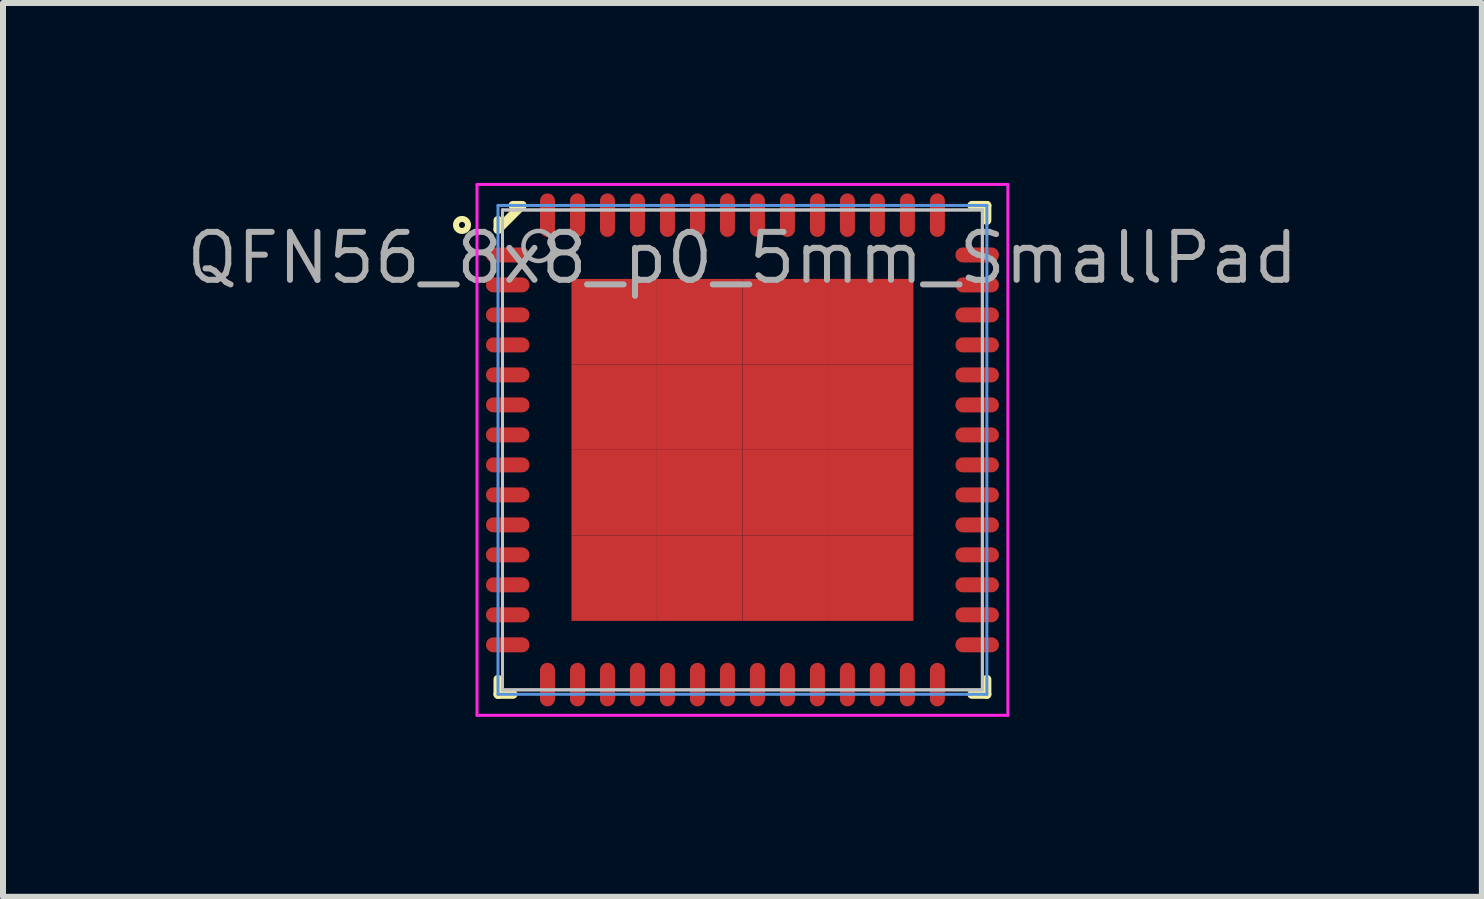
<source format=kicad_pcb>
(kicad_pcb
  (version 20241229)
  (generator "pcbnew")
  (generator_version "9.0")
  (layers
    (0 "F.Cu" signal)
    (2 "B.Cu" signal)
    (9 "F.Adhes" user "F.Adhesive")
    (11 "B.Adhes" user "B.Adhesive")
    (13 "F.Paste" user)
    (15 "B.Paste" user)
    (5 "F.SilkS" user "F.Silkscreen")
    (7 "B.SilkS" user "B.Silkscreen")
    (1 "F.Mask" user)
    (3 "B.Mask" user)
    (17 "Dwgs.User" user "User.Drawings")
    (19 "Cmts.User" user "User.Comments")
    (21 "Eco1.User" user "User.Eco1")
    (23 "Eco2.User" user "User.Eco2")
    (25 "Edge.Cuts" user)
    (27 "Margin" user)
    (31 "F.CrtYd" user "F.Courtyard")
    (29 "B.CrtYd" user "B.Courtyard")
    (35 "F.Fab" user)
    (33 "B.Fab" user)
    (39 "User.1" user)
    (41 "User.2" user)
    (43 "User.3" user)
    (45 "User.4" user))
  (footprint "QFN56_8x8_p0_5mm_SmallPad"
    (layer "F.Cu")
    (at 9.327 4.45)
    (property "Reference" "QFN56_8x8_p0_5mm_SmallPad" (at 0 -3.2 0) (layer "F.Fab") (effects (font (size 0.8 0.8) (thickness 0.1))))
    (attr through_hole)
    (fp_line (start -4.075 -3.675) (end -4.075 -3.825) (stroke (width 0.15) (type solid)) (layer "F.SilkS"))
    (fp_line (start -4.075 -3.675) (end -3.675 -4.075) (stroke (width 0.15) (type solid)) (layer "F.SilkS"))
    (fp_line (start -4.075 4.075) (end -4.075 3.825) (stroke (width 0.15) (type solid)) (layer "F.SilkS"))
    (fp_line (start -4.075 4.075) (end -3.825 4.075) (stroke (width 0.15) (type solid)) (layer "F.SilkS"))
    (fp_line (start -3.825 -4.075) (end -3.675 -4.075) (stroke (width 0.15) (type solid)) (layer "F.SilkS"))
    (fp_line (start 4.075 -4.075) (end 3.825 -4.075) (stroke (width 0.15) (type solid)) (layer "F.SilkS"))
    (fp_line (start 4.075 -4.075) (end 4.075 -3.825) (stroke (width 0.15) (type solid)) (layer "F.SilkS"))
    (fp_line (start 4.075 4.075) (end 3.825 4.075) (stroke (width 0.15) (type solid)) (layer "F.SilkS"))
    (fp_line (start 4.075 4.075) (end 4.075 3.825) (stroke (width 0.15) (type solid)) (layer "F.SilkS"))
    (fp_circle (center -4.675 -3.75) (end -4.604 -3.679) (stroke (width 0.1) (type solid)) (fill no) (layer "F.SilkS"))
    (fp_line (start -4 -4) (end -4 4) (stroke (width 0.05) (type solid)) (layer "Dwgs.User"))
    (fp_line (start -4 -4) (end 4 -4) (stroke (width 0.05) (type solid)) (layer "Dwgs.User"))
    (fp_line (start -4 4) (end 4 4) (stroke (width 0.05) (type solid)) (layer "Dwgs.User"))
    (fp_line (start 4 -4) (end 4 4) (stroke (width 0.05) (type solid)) (layer "Dwgs.User"))
    (fp_line (start -4.075 -4.075) (end -4.075 4.075) (stroke (width 0.05) (type solid)) (layer "Cmts.User"))
    (fp_line (start -4.075 -4.075) (end 4.075 -4.075) (stroke (width 0.05) (type solid)) (layer "Cmts.User"))
    (fp_line (start -4.075 4.075) (end 4.075 4.075) (stroke (width 0.05) (type solid)) (layer "Cmts.User"))
    (fp_line (start 4.075 -4.075) (end 4.075 4.075) (stroke (width 0.05) (type solid)) (layer "Cmts.User"))
    (fp_line (start -3.925 -3.925) (end -3.925 3.925) (stroke (width 0.05) (type solid)) (layer "Eco1.User"))
    (fp_line (start -3.925 -3.925) (end 3.925 -3.925) (stroke (width 0.05) (type solid)) (layer "Eco1.User"))
    (fp_line (start -3.925 3.925) (end 3.925 3.925) (stroke (width 0.05) (type solid)) (layer "Eco1.User"))
    (fp_line (start 3.925 -3.925) (end 3.925 3.925) (stroke (width 0.05) (type solid)) (layer "Eco1.User"))
    (fp_line (start -4.425 -4.425) (end -4.425 4.425) (stroke (width 0.05) (type solid)) (layer "F.CrtYd"))
    (fp_line (start -4.425 -4.425) (end 4.425 -4.425) (stroke (width 0.05) (type solid)) (layer "F.CrtYd"))
    (fp_line (start -4.425 4.425) (end 4.425 4.425) (stroke (width 0.05) (type solid)) (layer "F.CrtYd"))
    (fp_line (start 4.425 -4.425) (end 4.425 4.425) (stroke (width 0.05) (type solid)) (layer "F.CrtYd"))
    (fp_line (start -4 -4) (end -4 4) (stroke (width 0.05) (type solid)) (layer "F.Fab"))
    (fp_line (start -4 -4) (end 4 -4) (stroke (width 0.05) (type solid)) (layer "F.Fab"))
    (fp_line (start -4 4) (end 4 4) (stroke (width 0.05) (type solid)) (layer "F.Fab"))
    (fp_line (start 4 -4) (end 4 4) (stroke (width 0.05) (type solid)) (layer "F.Fab"))
    (fp_circle (center -3.4 -3.4) (end -3.223 -3.223) (stroke (width 0.075) (type solid)) (fill no) (layer "F.Fab"))
    (pad "1" smd oval (at -3.913 -3.25 180) (size 0.725 0.25) (layers "F.Cu" "F.Mask" "F.Paste"))
    (pad "2" smd oval (at -3.913 -2.75 180) (size 0.725 0.25) (layers "F.Cu" "F.Mask" "F.Paste"))
    (pad "3" smd oval (at -3.913 -2.25 180) (size 0.725 0.25) (layers "F.Cu" "F.Mask" "F.Paste"))
    (pad "4" smd oval (at -3.913 -1.75 180) (size 0.725 0.25) (layers "F.Cu" "F.Mask" "F.Paste"))
    (pad "5" smd oval (at -3.913 -1.25 180) (size 0.725 0.25) (layers "F.Cu" "F.Mask" "F.Paste"))
    (pad "6" smd oval (at -3.913 -0.75 180) (size 0.725 0.25) (layers "F.Cu" "F.Mask" "F.Paste"))
    (pad "7" smd oval (at -3.913 -0.25 180) (size 0.725 0.25) (layers "F.Cu" "F.Mask" "F.Paste"))
    (pad "8" smd oval (at -3.913 0.25 180) (size 0.725 0.25) (layers "F.Cu" "F.Mask" "F.Paste"))
    (pad "9" smd oval (at -3.913 0.75 180) (size 0.725 0.25) (layers "F.Cu" "F.Mask" "F.Paste"))
    (pad "10" smd oval (at -3.913 1.25 180) (size 0.725 0.25) (layers "F.Cu" "F.Mask" "F.Paste"))
    (pad "11" smd oval (at -3.913 1.75 180) (size 0.725 0.25) (layers "F.Cu" "F.Mask" "F.Paste"))
    (pad "12" smd oval (at -3.913 2.25 180) (size 0.725 0.25) (layers "F.Cu" "F.Mask" "F.Paste"))
    (pad "13" smd oval (at -3.913 2.75 180) (size 0.725 0.25) (layers "F.Cu" "F.Mask" "F.Paste"))
    (pad "14" smd oval (at -3.913 3.25 180) (size 0.725 0.25) (layers "F.Cu" "F.Mask" "F.Paste"))
    (pad "15" smd oval (at -3.25 3.913 270) (size 0.725 0.25) (layers "F.Cu" "F.Mask" "F.Paste"))
    (pad "16" smd oval (at -2.75 3.913 270) (size 0.725 0.25) (layers "F.Cu" "F.Mask" "F.Paste"))
    (pad "17" smd oval (at -2.25 3.913 270) (size 0.725 0.25) (layers "F.Cu" "F.Mask" "F.Paste"))
    (pad "18" smd oval (at -1.75 3.913 270) (size 0.725 0.25) (layers "F.Cu" "F.Mask" "F.Paste"))
    (pad "19" smd oval (at -1.25 3.913 270) (size 0.725 0.25) (layers "F.Cu" "F.Mask" "F.Paste"))
    (pad "20" smd oval (at -0.75 3.913 270) (size 0.725 0.25) (layers "F.Cu" "F.Mask" "F.Paste"))
    (pad "21" smd oval (at -0.25 3.913 270) (size 0.725 0.25) (layers "F.Cu" "F.Mask" "F.Paste"))
    (pad "22" smd oval (at 0.25 3.913 270) (size 0.725 0.25) (layers "F.Cu" "F.Mask" "F.Paste"))
    (pad "23" smd oval (at 0.75 3.913 270) (size 0.725 0.25) (layers "F.Cu" "F.Mask" "F.Paste"))
    (pad "24" smd oval (at 1.25 3.913 270) (size 0.725 0.25) (layers "F.Cu" "F.Mask" "F.Paste"))
    (pad "25" smd oval (at 1.75 3.913 270) (size 0.725 0.25) (layers "F.Cu" "F.Mask" "F.Paste"))
    (pad "26" smd oval (at 2.25 3.913 270) (size 0.725 0.25) (layers "F.Cu" "F.Mask" "F.Paste"))
    (pad "27" smd oval (at 2.75 3.913 270) (size 0.725 0.25) (layers "F.Cu" "F.Mask" "F.Paste"))
    (pad "28" smd oval (at 3.25 3.913 270) (size 0.725 0.25) (layers "F.Cu" "F.Mask" "F.Paste"))
    (pad "29" smd oval (at 3.913 3.25) (size 0.725 0.25) (layers "F.Cu" "F.Mask" "F.Paste"))
    (pad "30" smd oval (at 3.913 2.75) (size 0.725 0.25) (layers "F.Cu" "F.Mask" "F.Paste"))
    (pad "31" smd oval (at 3.913 2.25) (size 0.725 0.25) (layers "F.Cu" "F.Mask" "F.Paste"))
    (pad "32" smd oval (at 3.913 1.75) (size 0.725 0.25) (layers "F.Cu" "F.Mask" "F.Paste"))
    (pad "33" smd oval (at 3.913 1.25) (size 0.725 0.25) (layers "F.Cu" "F.Mask" "F.Paste"))
    (pad "34" smd oval (at 3.913 0.75) (size 0.725 0.25) (layers "F.Cu" "F.Mask" "F.Paste"))
    (pad "35" smd oval (at 3.913 0.25) (size 0.725 0.25) (layers "F.Cu" "F.Mask" "F.Paste"))
    (pad "36" smd oval (at 3.913 -0.25) (size 0.725 0.25) (layers "F.Cu" "F.Mask" "F.Paste"))
    (pad "37" smd oval (at 3.913 -0.75) (size 0.725 0.25) (layers "F.Cu" "F.Mask" "F.Paste"))
    (pad "38" smd oval (at 3.913 -1.25) (size 0.725 0.25) (layers "F.Cu" "F.Mask" "F.Paste"))
    (pad "39" smd oval (at 3.913 -1.75) (size 0.725 0.25) (layers "F.Cu" "F.Mask" "F.Paste"))
    (pad "40" smd oval (at 3.913 -2.25) (size 0.725 0.25) (layers "F.Cu" "F.Mask" "F.Paste"))
    (pad "41" smd oval (at 3.913 -2.75) (size 0.725 0.25) (layers "F.Cu" "F.Mask" "F.Paste"))
    (pad "42" smd oval (at 3.913 -3.25) (size 0.725 0.25) (layers "F.Cu" "F.Mask" "F.Paste"))
    (pad "43" smd oval (at 3.25 -3.913 90) (size 0.725 0.25) (layers "F.Cu" "F.Mask" "F.Paste"))
    (pad "44" smd oval (at 2.75 -3.913 90) (size 0.725 0.25) (layers "F.Cu" "F.Mask" "F.Paste"))
    (pad "45" smd oval (at 2.25 -3.913 90) (size 0.725 0.25) (layers "F.Cu" "F.Mask" "F.Paste"))
    (pad "46" smd oval (at 1.75 -3.913 90) (size 0.725 0.25) (layers "F.Cu" "F.Mask" "F.Paste"))
    (pad "47" smd oval (at 1.25 -3.913 90) (size 0.725 0.25) (layers "F.Cu" "F.Mask" "F.Paste"))
    (pad "48" smd oval (at 0.75 -3.913 90) (size 0.725 0.25) (layers "F.Cu" "F.Mask" "F.Paste"))
    (pad "49" smd oval (at 0.25 -3.913 90) (size 0.725 0.25) (layers "F.Cu" "F.Mask" "F.Paste"))
    (pad "50" smd oval (at -0.25 -3.913 90) (size 0.725 0.25) (layers "F.Cu" "F.Mask" "F.Paste"))
    (pad "51" smd oval (at -0.75 -3.913 90) (size 0.725 0.25) (layers "F.Cu" "F.Mask" "F.Paste"))
    (pad "52" smd oval (at -1.25 -3.913 90) (size 0.725 0.25) (layers "F.Cu" "F.Mask" "F.Paste"))
    (pad "53" smd oval (at -1.75 -3.913 90) (size 0.725 0.25) (layers "F.Cu" "F.Mask" "F.Paste"))
    (pad "54" smd oval (at -2.25 -3.913 90) (size 0.725 0.25) (layers "F.Cu" "F.Mask" "F.Paste"))
    (pad "55" smd oval (at -2.75 -3.913 90) (size 0.725 0.25) (layers "F.Cu" "F.Mask" "F.Paste"))
    (pad "56" smd oval (at -3.25 -3.913 90) (size 0.725 0.25) (layers "F.Cu" "F.Mask" "F.Paste"))
    (pad "57" smd rect (at -2.138 -2.138) (size 1.425 1.425) (layers "F.Cu" "F.Mask" "F.Paste"))
    (pad "57" smd rect (at -2.138 -0.713) (size 1.425 1.425) (layers "F.Cu" "F.Mask" "F.Paste"))
    (pad "57" smd rect (at -2.138 0.713) (size 1.425 1.425) (layers "F.Cu" "F.Mask" "F.Paste"))
    (pad "57" smd rect (at -2.138 2.138) (size 1.425 1.425) (layers "F.Cu" "F.Mask" "F.Paste"))
    (pad "57" smd rect (at -0.713 -2.138) (size 1.425 1.425) (layers "F.Cu" "F.Mask" "F.Paste"))
    (pad "57" smd rect (at -0.713 -0.713) (size 1.425 1.425) (layers "F.Cu" "F.Mask" "F.Paste"))
    (pad "57" smd rect (at -0.713 0.713) (size 1.425 1.425) (layers "F.Cu" "F.Mask" "F.Paste"))
    (pad "57" smd rect (at -0.713 2.138) (size 1.425 1.425) (layers "F.Cu" "F.Mask" "F.Paste"))
    (pad "57" smd rect (at 0.713 -2.138) (size 1.425 1.425) (layers "F.Cu" "F.Mask" "F.Paste"))
    (pad "57" smd rect (at 0.713 -0.713) (size 1.425 1.425) (layers "F.Cu" "F.Mask" "F.Paste"))
    (pad "57" smd rect (at 0.713 0.713) (size 1.425 1.425) (layers "F.Cu" "F.Mask" "F.Paste"))
    (pad "57" smd rect (at 0.713 2.138) (size 1.425 1.425) (layers "F.Cu" "F.Mask" "F.Paste"))
    (pad "57" smd rect (at 2.138 -2.138) (size 1.425 1.425) (layers "F.Cu" "F.Mask" "F.Paste"))
    (pad "57" smd rect (at 2.138 -0.713) (size 1.425 1.425) (layers "F.Cu" "F.Mask" "F.Paste"))
    (pad "57" smd rect (at 2.138 0.713) (size 1.425 1.425) (layers "F.Cu" "F.Mask" "F.Paste"))
    (pad "57" smd rect (at 2.138 2.138) (size 1.425 1.425) (layers "F.Cu" "F.Mask" "F.Paste")))
  (gr_rect
    (start -3 -3)
    (end 21.654 11.9)
    (stroke (width 0.1) (type default))
    (fill no)
    (layer "Edge.Cuts")))
</source>
